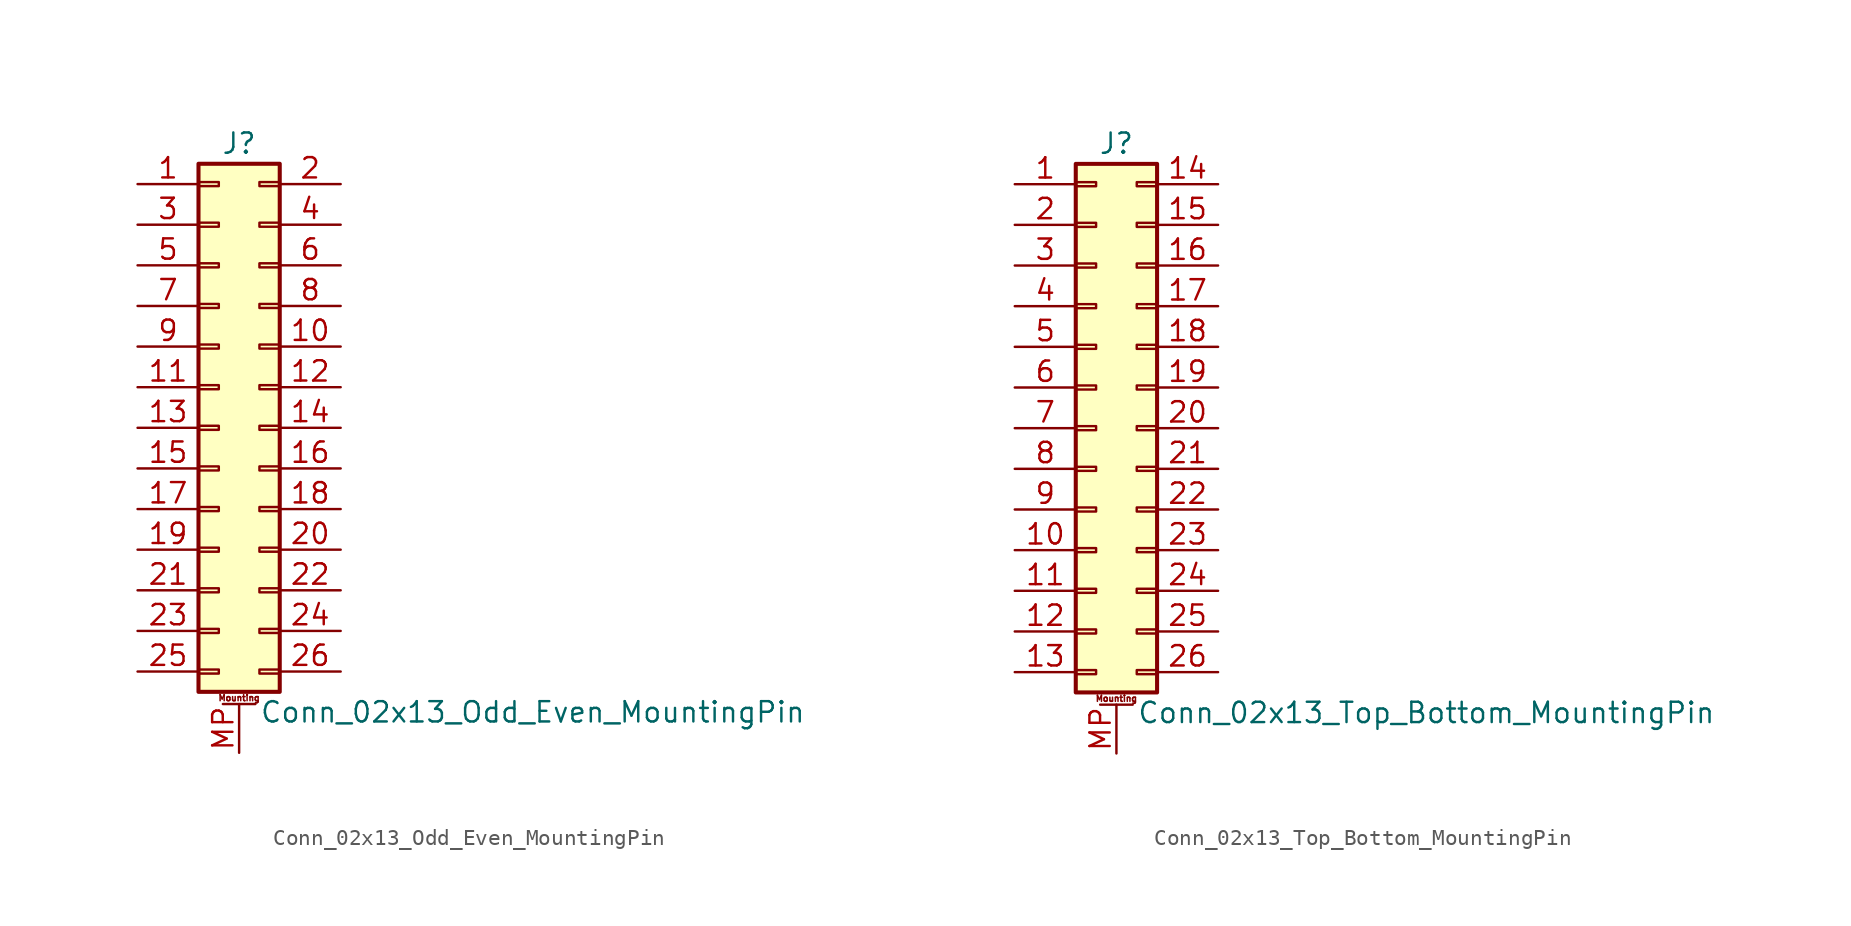
<source format=kicad_sym>
(kicad_symbol_lib
  (version 20220914)
  (generator kicad_symbol_editor)
  (symbol "Conn_02x13_Odd_Even_MountingPin"
    (pin_names
      (offset 1.016) hide)
    (property "Reference" "J"
      (at 1.27 17.78 0)
      (effects (font (size 1.27 1.27))))
    (property "Value" "Conn_02x13_Odd_Even_MountingPin"
      (at 2.54 -17.78 0)
      (effects (font (size 1.27 1.27)) (justify left)))
    (symbol "Conn_02x13_Odd_Even_MountingPin_1_1"
      (rectangle (start -1.27 -15.113) (end 0 -15.367) (stroke (width 0.152) (type default)) (fill (type none)))
      (rectangle (start -1.27 -12.573) (end 0 -12.827) (stroke (width 0.152) (type default)) (fill (type none)))
      (rectangle (start -1.27 -10.033) (end 0 -10.287) (stroke (width 0.152) (type default)) (fill (type none)))
      (rectangle (start -1.27 -7.493) (end 0 -7.747) (stroke (width 0.152) (type default)) (fill (type none)))
      (rectangle (start -1.27 -4.953) (end 0 -5.207) (stroke (width 0.152) (type default)) (fill (type none)))
      (rectangle (start -1.27 -2.413) (end 0 -2.667) (stroke (width 0.152) (type default)) (fill (type none)))
      (rectangle (start -1.27 0.127) (end 0 -0.127) (stroke (width 0.152) (type default)) (fill (type none)))
      (rectangle (start -1.27 2.667) (end 0 2.413) (stroke (width 0.152) (type default)) (fill (type none)))
      (rectangle (start -1.27 5.207) (end 0 4.953) (stroke (width 0.152) (type default)) (fill (type none)))
      (rectangle (start -1.27 7.747) (end 0 7.493) (stroke (width 0.152) (type default)) (fill (type none)))
      (rectangle (start -1.27 10.287) (end 0 10.033) (stroke (width 0.152) (type default)) (fill (type none)))
      (rectangle (start -1.27 12.827) (end 0 12.573) (stroke (width 0.152) (type default)) (fill (type none)))
      (rectangle (start -1.27 15.367) (end 0 15.113) (stroke (width 0.152) (type default)) (fill (type none)))
      (rectangle (start -1.27 16.51) (end 3.81 -16.51) (stroke (width 0.254) (type default)) (fill (type background)))
      (polyline (pts (xy 0.254 -17.272) (xy 2.286 -17.272)) (stroke (width 0.152) (type default)) (fill (type none)))
      (rectangle (start 3.81 -15.113) (end 2.54 -15.367) (stroke (width 0.152) (type default)) (fill (type none)))
      (rectangle (start 3.81 -12.573) (end 2.54 -12.827) (stroke (width 0.152) (type default)) (fill (type none)))
      (rectangle (start 3.81 -10.033) (end 2.54 -10.287) (stroke (width 0.152) (type default)) (fill (type none)))
      (rectangle (start 3.81 -7.493) (end 2.54 -7.747) (stroke (width 0.152) (type default)) (fill (type none)))
      (rectangle (start 3.81 -4.953) (end 2.54 -5.207) (stroke (width 0.152) (type default)) (fill (type none)))
      (rectangle (start 3.81 -2.413) (end 2.54 -2.667) (stroke (width 0.152) (type default)) (fill (type none)))
      (rectangle (start 3.81 0.127) (end 2.54 -0.127) (stroke (width 0.152) (type default)) (fill (type none)))
      (rectangle (start 3.81 2.667) (end 2.54 2.413) (stroke (width 0.152) (type default)) (fill (type none)))
      (rectangle (start 3.81 5.207) (end 2.54 4.953) (stroke (width 0.152) (type default)) (fill (type none)))
      (rectangle (start 3.81 7.747) (end 2.54 7.493) (stroke (width 0.152) (type default)) (fill (type none)))
      (rectangle (start 3.81 10.287) (end 2.54 10.033) (stroke (width 0.152) (type default)) (fill (type none)))
      (rectangle (start 3.81 12.827) (end 2.54 12.573) (stroke (width 0.152) (type default)) (fill (type none)))
      (rectangle (start 3.81 15.367) (end 2.54 15.113) (stroke (width 0.152) (type default)) (fill (type none)))
      (text "Mounting" (at 1.27 -16.891 0) (effects (font (size 0.381 0.381))))
      (pin passive line (at -5.08 15.24 0) (length 3.81) (name "Pin_1" (effects (font (size 1.27 1.27)))) (number "1" (effects (font (size 1.27 1.27)))))
      (pin passive line (at 7.62 5.08 180) (length 3.81) (name "Pin_10" (effects (font (size 1.27 1.27)))) (number "10" (effects (font (size 1.27 1.27)))))
      (pin passive line (at -5.08 2.54 0) (length 3.81) (name "Pin_11" (effects (font (size 1.27 1.27)))) (number "11" (effects (font (size 1.27 1.27)))))
      (pin passive line (at 7.62 2.54 180) (length 3.81) (name "Pin_12" (effects (font (size 1.27 1.27)))) (number "12" (effects (font (size 1.27 1.27)))))
      (pin passive line (at -5.08 0 0) (length 3.81) (name "Pin_13" (effects (font (size 1.27 1.27)))) (number "13" (effects (font (size 1.27 1.27)))))
      (pin passive line (at 7.62 0 180) (length 3.81) (name "Pin_14" (effects (font (size 1.27 1.27)))) (number "14" (effects (font (size 1.27 1.27)))))
      (pin passive line (at -5.08 -2.54 0) (length 3.81) (name "Pin_15" (effects (font (size 1.27 1.27)))) (number "15" (effects (font (size 1.27 1.27)))))
      (pin passive line (at 7.62 -2.54 180) (length 3.81) (name "Pin_16" (effects (font (size 1.27 1.27)))) (number "16" (effects (font (size 1.27 1.27)))))
      (pin passive line (at -5.08 -5.08 0) (length 3.81) (name "Pin_17" (effects (font (size 1.27 1.27)))) (number "17" (effects (font (size 1.27 1.27)))))
      (pin passive line (at 7.62 -5.08 180) (length 3.81) (name "Pin_18" (effects (font (size 1.27 1.27)))) (number "18" (effects (font (size 1.27 1.27)))))
      (pin passive line (at -5.08 -7.62 0) (length 3.81) (name "Pin_19" (effects (font (size 1.27 1.27)))) (number "19" (effects (font (size 1.27 1.27)))))
      (pin passive line (at 7.62 15.24 180) (length 3.81) (name "Pin_2" (effects (font (size 1.27 1.27)))) (number "2" (effects (font (size 1.27 1.27)))))
      (pin passive line (at 7.62 -7.62 180) (length 3.81) (name "Pin_20" (effects (font (size 1.27 1.27)))) (number "20" (effects (font (size 1.27 1.27)))))
      (pin passive line (at -5.08 -10.16 0) (length 3.81) (name "Pin_21" (effects (font (size 1.27 1.27)))) (number "21" (effects (font (size 1.27 1.27)))))
      (pin passive line (at 7.62 -10.16 180) (length 3.81) (name "Pin_22" (effects (font (size 1.27 1.27)))) (number "22" (effects (font (size 1.27 1.27)))))
      (pin passive line (at -5.08 -12.7 0) (length 3.81) (name "Pin_23" (effects (font (size 1.27 1.27)))) (number "23" (effects (font (size 1.27 1.27)))))
      (pin passive line (at 7.62 -12.7 180) (length 3.81) (name "Pin_24" (effects (font (size 1.27 1.27)))) (number "24" (effects (font (size 1.27 1.27)))))
      (pin passive line (at -5.08 -15.24 0) (length 3.81) (name "Pin_25" (effects (font (size 1.27 1.27)))) (number "25" (effects (font (size 1.27 1.27)))))
      (pin passive line (at 7.62 -15.24 180) (length 3.81) (name "Pin_26" (effects (font (size 1.27 1.27)))) (number "26" (effects (font (size 1.27 1.27)))))
      (pin passive line (at -5.08 12.7 0) (length 3.81) (name "Pin_3" (effects (font (size 1.27 1.27)))) (number "3" (effects (font (size 1.27 1.27)))))
      (pin passive line (at 7.62 12.7 180) (length 3.81) (name "Pin_4" (effects (font (size 1.27 1.27)))) (number "4" (effects (font (size 1.27 1.27)))))
      (pin passive line (at -5.08 10.16 0) (length 3.81) (name "Pin_5" (effects (font (size 1.27 1.27)))) (number "5" (effects (font (size 1.27 1.27)))))
      (pin passive line (at 7.62 10.16 180) (length 3.81) (name "Pin_6" (effects (font (size 1.27 1.27)))) (number "6" (effects (font (size 1.27 1.27)))))
      (pin passive line (at -5.08 7.62 0) (length 3.81) (name "Pin_7" (effects (font (size 1.27 1.27)))) (number "7" (effects (font (size 1.27 1.27)))))
      (pin passive line (at 7.62 7.62 180) (length 3.81) (name "Pin_8" (effects (font (size 1.27 1.27)))) (number "8" (effects (font (size 1.27 1.27)))))
      (pin passive line (at -5.08 5.08 0) (length 3.81) (name "Pin_9" (effects (font (size 1.27 1.27)))) (number "9" (effects (font (size 1.27 1.27)))))
      (pin passive line (at 1.27 -20.32 90) (length 3.048) (name "MountPin" (effects (font (size 1.27 1.27)))) (number "MP" (effects (font (size 1.27 1.27)))))))
  (symbol "Conn_02x13_Top_Bottom_MountingPin"
    (pin_names
      (offset 1.016) hide)
    (property "Reference" "J"
      (at 1.27 17.78 0)
      (effects (font (size 1.27 1.27))))
    (property "Value" "Conn_02x13_Top_Bottom_MountingPin"
      (at 2.54 -17.78 0)
      (effects (font (size 1.27 1.27)) (justify left)))
    (symbol "Conn_02x13_Top_Bottom_MountingPin_1_1"
      (rectangle (start -1.27 -15.113) (end 0 -15.367) (stroke (width 0.152) (type default)) (fill (type none)))
      (rectangle (start -1.27 -12.573) (end 0 -12.827) (stroke (width 0.152) (type default)) (fill (type none)))
      (rectangle (start -1.27 -10.033) (end 0 -10.287) (stroke (width 0.152) (type default)) (fill (type none)))
      (rectangle (start -1.27 -7.493) (end 0 -7.747) (stroke (width 0.152) (type default)) (fill (type none)))
      (rectangle (start -1.27 -4.953) (end 0 -5.207) (stroke (width 0.152) (type default)) (fill (type none)))
      (rectangle (start -1.27 -2.413) (end 0 -2.667) (stroke (width 0.152) (type default)) (fill (type none)))
      (rectangle (start -1.27 0.127) (end 0 -0.127) (stroke (width 0.152) (type default)) (fill (type none)))
      (rectangle (start -1.27 2.667) (end 0 2.413) (stroke (width 0.152) (type default)) (fill (type none)))
      (rectangle (start -1.27 5.207) (end 0 4.953) (stroke (width 0.152) (type default)) (fill (type none)))
      (rectangle (start -1.27 7.747) (end 0 7.493) (stroke (width 0.152) (type default)) (fill (type none)))
      (rectangle (start -1.27 10.287) (end 0 10.033) (stroke (width 0.152) (type default)) (fill (type none)))
      (rectangle (start -1.27 12.827) (end 0 12.573) (stroke (width 0.152) (type default)) (fill (type none)))
      (rectangle (start -1.27 15.367) (end 0 15.113) (stroke (width 0.152) (type default)) (fill (type none)))
      (rectangle (start -1.27 16.51) (end 3.81 -16.51) (stroke (width 0.254) (type default)) (fill (type background)))
      (polyline (pts (xy 0.254 -17.272) (xy 2.286 -17.272)) (stroke (width 0.152) (type default)) (fill (type none)))
      (rectangle (start 3.81 -15.113) (end 2.54 -15.367) (stroke (width 0.152) (type default)) (fill (type none)))
      (rectangle (start 3.81 -12.573) (end 2.54 -12.827) (stroke (width 0.152) (type default)) (fill (type none)))
      (rectangle (start 3.81 -10.033) (end 2.54 -10.287) (stroke (width 0.152) (type default)) (fill (type none)))
      (rectangle (start 3.81 -7.493) (end 2.54 -7.747) (stroke (width 0.152) (type default)) (fill (type none)))
      (rectangle (start 3.81 -4.953) (end 2.54 -5.207) (stroke (width 0.152) (type default)) (fill (type none)))
      (rectangle (start 3.81 -2.413) (end 2.54 -2.667) (stroke (width 0.152) (type default)) (fill (type none)))
      (rectangle (start 3.81 0.127) (end 2.54 -0.127) (stroke (width 0.152) (type default)) (fill (type none)))
      (rectangle (start 3.81 2.667) (end 2.54 2.413) (stroke (width 0.152) (type default)) (fill (type none)))
      (rectangle (start 3.81 5.207) (end 2.54 4.953) (stroke (width 0.152) (type default)) (fill (type none)))
      (rectangle (start 3.81 7.747) (end 2.54 7.493) (stroke (width 0.152) (type default)) (fill (type none)))
      (rectangle (start 3.81 10.287) (end 2.54 10.033) (stroke (width 0.152) (type default)) (fill (type none)))
      (rectangle (start 3.81 12.827) (end 2.54 12.573) (stroke (width 0.152) (type default)) (fill (type none)))
      (rectangle (start 3.81 15.367) (end 2.54 15.113) (stroke (width 0.152) (type default)) (fill (type none)))
      (text "Mounting" (at 1.27 -16.891 0) (effects (font (size 0.381 0.381))))
      (pin passive line (at -5.08 15.24 0) (length 3.81) (name "Pin_1" (effects (font (size 1.27 1.27)))) (number "1" (effects (font (size 1.27 1.27)))))
      (pin passive line (at -5.08 -7.62 0) (length 3.81) (name "Pin_10" (effects (font (size 1.27 1.27)))) (number "10" (effects (font (size 1.27 1.27)))))
      (pin passive line (at -5.08 -10.16 0) (length 3.81) (name "Pin_11" (effects (font (size 1.27 1.27)))) (number "11" (effects (font (size 1.27 1.27)))))
      (pin passive line (at -5.08 -12.7 0) (length 3.81) (name "Pin_12" (effects (font (size 1.27 1.27)))) (number "12" (effects (font (size 1.27 1.27)))))
      (pin passive line (at -5.08 -15.24 0) (length 3.81) (name "Pin_13" (effects (font (size 1.27 1.27)))) (number "13" (effects (font (size 1.27 1.27)))))
      (pin passive line (at 7.62 15.24 180) (length 3.81) (name "Pin_14" (effects (font (size 1.27 1.27)))) (number "14" (effects (font (size 1.27 1.27)))))
      (pin passive line (at 7.62 12.7 180) (length 3.81) (name "Pin_15" (effects (font (size 1.27 1.27)))) (number "15" (effects (font (size 1.27 1.27)))))
      (pin passive line (at 7.62 10.16 180) (length 3.81) (name "Pin_16" (effects (font (size 1.27 1.27)))) (number "16" (effects (font (size 1.27 1.27)))))
      (pin passive line (at 7.62 7.62 180) (length 3.81) (name "Pin_17" (effects (font (size 1.27 1.27)))) (number "17" (effects (font (size 1.27 1.27)))))
      (pin passive line (at 7.62 5.08 180) (length 3.81) (name "Pin_18" (effects (font (size 1.27 1.27)))) (number "18" (effects (font (size 1.27 1.27)))))
      (pin passive line (at 7.62 2.54 180) (length 3.81) (name "Pin_19" (effects (font (size 1.27 1.27)))) (number "19" (effects (font (size 1.27 1.27)))))
      (pin passive line (at -5.08 12.7 0) (length 3.81) (name "Pin_2" (effects (font (size 1.27 1.27)))) (number "2" (effects (font (size 1.27 1.27)))))
      (pin passive line (at 7.62 0 180) (length 3.81) (name "Pin_20" (effects (font (size 1.27 1.27)))) (number "20" (effects (font (size 1.27 1.27)))))
      (pin passive line (at 7.62 -2.54 180) (length 3.81) (name "Pin_21" (effects (font (size 1.27 1.27)))) (number "21" (effects (font (size 1.27 1.27)))))
      (pin passive line (at 7.62 -5.08 180) (length 3.81) (name "Pin_22" (effects (font (size 1.27 1.27)))) (number "22" (effects (font (size 1.27 1.27)))))
      (pin passive line (at 7.62 -7.62 180) (length 3.81) (name "Pin_23" (effects (font (size 1.27 1.27)))) (number "23" (effects (font (size 1.27 1.27)))))
      (pin passive line (at 7.62 -10.16 180) (length 3.81) (name "Pin_24" (effects (font (size 1.27 1.27)))) (number "24" (effects (font (size 1.27 1.27)))))
      (pin passive line (at 7.62 -12.7 180) (length 3.81) (name "Pin_25" (effects (font (size 1.27 1.27)))) (number "25" (effects (font (size 1.27 1.27)))))
      (pin passive line (at 7.62 -15.24 180) (length 3.81) (name "Pin_26" (effects (font (size 1.27 1.27)))) (number "26" (effects (font (size 1.27 1.27)))))
      (pin passive line (at -5.08 10.16 0) (length 3.81) (name "Pin_3" (effects (font (size 1.27 1.27)))) (number "3" (effects (font (size 1.27 1.27)))))
      (pin passive line (at -5.08 7.62 0) (length 3.81) (name "Pin_4" (effects (font (size 1.27 1.27)))) (number "4" (effects (font (size 1.27 1.27)))))
      (pin passive line (at -5.08 5.08 0) (length 3.81) (name "Pin_5" (effects (font (size 1.27 1.27)))) (number "5" (effects (font (size 1.27 1.27)))))
      (pin passive line (at -5.08 2.54 0) (length 3.81) (name "Pin_6" (effects (font (size 1.27 1.27)))) (number "6" (effects (font (size 1.27 1.27)))))
      (pin passive line (at -5.08 0 0) (length 3.81) (name "Pin_7" (effects (font (size 1.27 1.27)))) (number "7" (effects (font (size 1.27 1.27)))))
      (pin passive line (at -5.08 -2.54 0) (length 3.81) (name "Pin_8" (effects (font (size 1.27 1.27)))) (number "8" (effects (font (size 1.27 1.27)))))
      (pin passive line (at -5.08 -5.08 0) (length 3.81) (name "Pin_9" (effects (font (size 1.27 1.27)))) (number "9" (effects (font (size 1.27 1.27)))))
      (pin passive line (at 1.27 -20.32 90) (length 3.048) (name "MountPin" (effects (font (size 1.27 1.27)))) (number "MP" (effects (font (size 1.27 1.27))))))))
</source>
